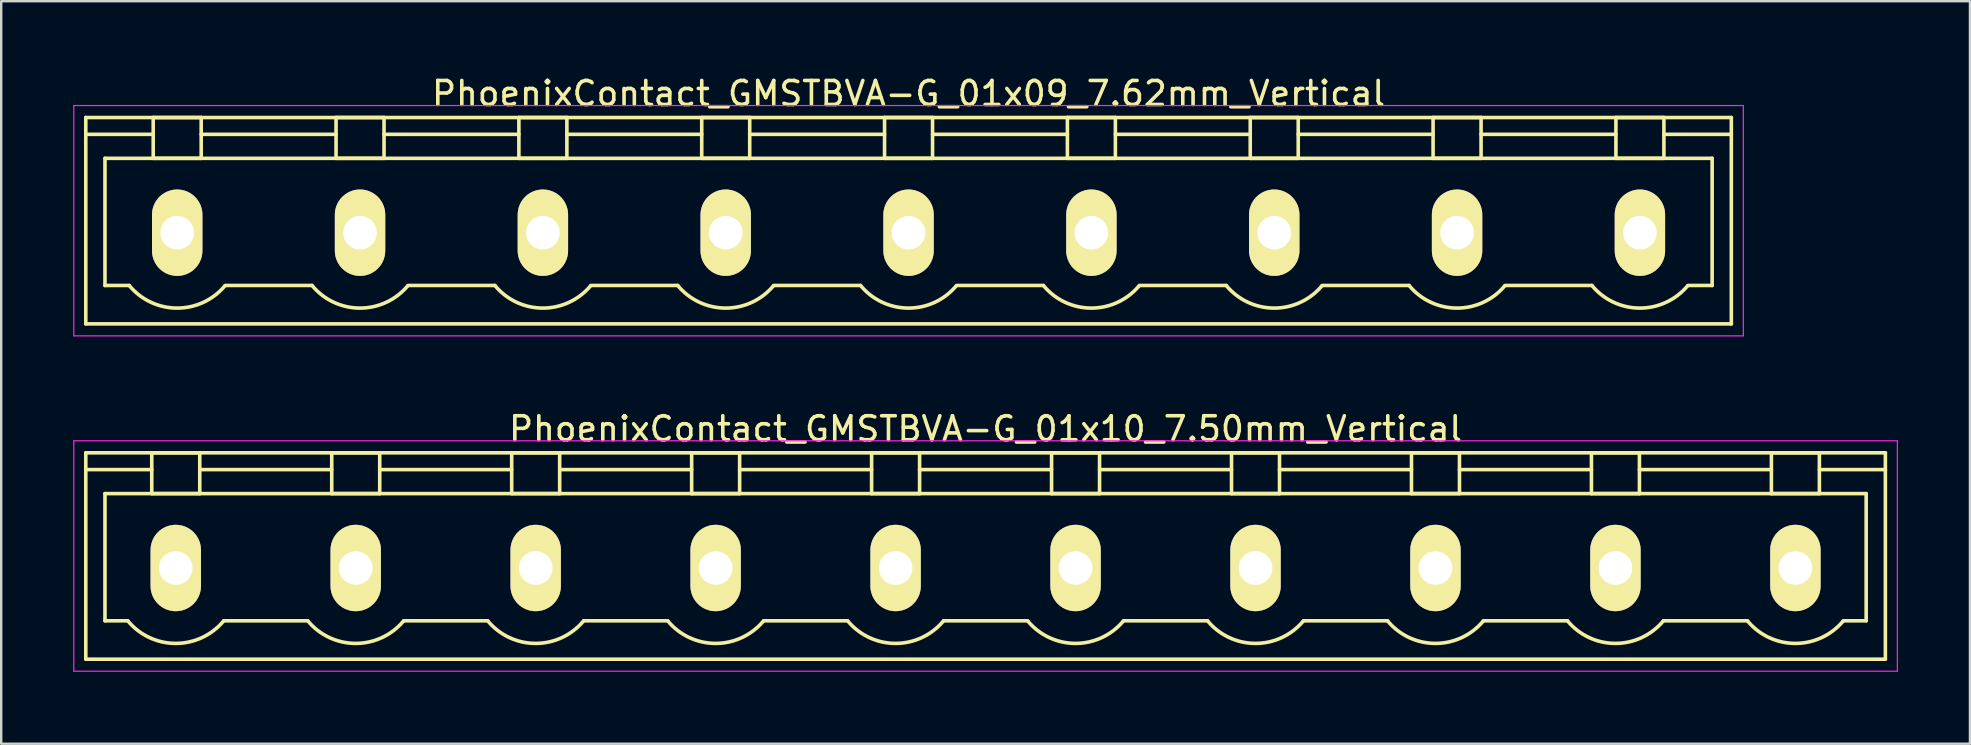
<source format=kicad_pcb>
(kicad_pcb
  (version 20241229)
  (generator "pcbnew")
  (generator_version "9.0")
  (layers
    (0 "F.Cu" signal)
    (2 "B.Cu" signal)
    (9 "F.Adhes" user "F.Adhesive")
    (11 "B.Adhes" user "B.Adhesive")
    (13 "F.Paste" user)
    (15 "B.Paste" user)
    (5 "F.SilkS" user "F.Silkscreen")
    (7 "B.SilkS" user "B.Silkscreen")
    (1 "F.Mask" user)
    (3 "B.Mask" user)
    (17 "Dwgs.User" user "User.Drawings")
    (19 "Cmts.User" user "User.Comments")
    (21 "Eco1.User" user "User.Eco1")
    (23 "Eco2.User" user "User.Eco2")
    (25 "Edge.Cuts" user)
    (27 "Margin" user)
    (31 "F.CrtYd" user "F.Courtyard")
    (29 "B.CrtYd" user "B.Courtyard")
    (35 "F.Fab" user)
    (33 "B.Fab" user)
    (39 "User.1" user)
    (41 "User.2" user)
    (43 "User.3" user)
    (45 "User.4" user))
  (footprint "PhoenixContact_GMSTBVA-G_01x09_7.62mm_Vertical"
    (layer "F.Cu")
    (at 4.335 6.648)
    (property "Reference" "PhoenixContact_GMSTBVA-G_01x09_7.62mm_Vertical" (at 30.48 -5.8 0) (layer "F.SilkS") (effects (font (size 1 1) (thickness 0.15))))
    (attr through_hole)
    (fp_line (start -3.81 -4.8) (end -3.81 3.8) (stroke (width 0.15) (type solid)) (layer "F.SilkS"))
    (fp_line (start -3.81 -4.1) (end -1 -4.1) (stroke (width 0.15) (type solid)) (layer "F.SilkS"))
    (fp_line (start -3.81 3.8) (end 64.77 3.8) (stroke (width 0.15) (type solid)) (layer "F.SilkS"))
    (fp_line (start -3.01 -3.1) (end 63.97 -3.1) (stroke (width 0.15) (type solid)) (layer "F.SilkS"))
    (fp_line (start -3.01 2.2) (end -3.01 -3.1) (stroke (width 0.15) (type solid)) (layer "F.SilkS"))
    (fp_line (start -2 2.2) (end -3.01 2.2) (stroke (width 0.15) (type solid)) (layer "F.SilkS"))
    (fp_line (start -1 -4.8) (end 1 -4.8) (stroke (width 0.15) (type solid)) (layer "F.SilkS"))
    (fp_line (start -1 -3.1) (end -1 -4.8) (stroke (width 0.15) (type solid)) (layer "F.SilkS"))
    (fp_line (start 1 -4.8) (end 1 -3.1) (stroke (width 0.15) (type solid)) (layer "F.SilkS"))
    (fp_line (start 1 -4.1) (end 6.62 -4.1) (stroke (width 0.15) (type solid)) (layer "F.SilkS"))
    (fp_line (start 1 -3.1) (end -1 -3.1) (stroke (width 0.15) (type solid)) (layer "F.SilkS"))
    (fp_line (start 2 2.2) (end 5.62 2.2) (stroke (width 0.15) (type solid)) (layer "F.SilkS"))
    (fp_line (start 6.62 -4.8) (end 8.62 -4.8) (stroke (width 0.15) (type solid)) (layer "F.SilkS"))
    (fp_line (start 6.62 -3.1) (end 6.62 -4.8) (stroke (width 0.15) (type solid)) (layer "F.SilkS"))
    (fp_line (start 8.62 -4.8) (end 8.62 -3.1) (stroke (width 0.15) (type solid)) (layer "F.SilkS"))
    (fp_line (start 8.62 -4.1) (end 14.24 -4.1) (stroke (width 0.15) (type solid)) (layer "F.SilkS"))
    (fp_line (start 8.62 -3.1) (end 6.62 -3.1) (stroke (width 0.15) (type solid)) (layer "F.SilkS"))
    (fp_line (start 9.62 2.2) (end 13.24 2.2) (stroke (width 0.15) (type solid)) (layer "F.SilkS"))
    (fp_line (start 14.24 -4.8) (end 16.24 -4.8) (stroke (width 0.15) (type solid)) (layer "F.SilkS"))
    (fp_line (start 14.24 -3.1) (end 14.24 -4.8) (stroke (width 0.15) (type solid)) (layer "F.SilkS"))
    (fp_line (start 16.24 -4.8) (end 16.24 -3.1) (stroke (width 0.15) (type solid)) (layer "F.SilkS"))
    (fp_line (start 16.24 -4.1) (end 21.86 -4.1) (stroke (width 0.15) (type solid)) (layer "F.SilkS"))
    (fp_line (start 16.24 -3.1) (end 14.24 -3.1) (stroke (width 0.15) (type solid)) (layer "F.SilkS"))
    (fp_line (start 17.24 2.2) (end 20.86 2.2) (stroke (width 0.15) (type solid)) (layer "F.SilkS"))
    (fp_line (start 21.86 -4.8) (end 23.86 -4.8) (stroke (width 0.15) (type solid)) (layer "F.SilkS"))
    (fp_line (start 21.86 -3.1) (end 21.86 -4.8) (stroke (width 0.15) (type solid)) (layer "F.SilkS"))
    (fp_line (start 23.86 -4.8) (end 23.86 -3.1) (stroke (width 0.15) (type solid)) (layer "F.SilkS"))
    (fp_line (start 23.86 -4.1) (end 29.48 -4.1) (stroke (width 0.15) (type solid)) (layer "F.SilkS"))
    (fp_line (start 23.86 -3.1) (end 21.86 -3.1) (stroke (width 0.15) (type solid)) (layer "F.SilkS"))
    (fp_line (start 24.86 2.2) (end 28.48 2.2) (stroke (width 0.15) (type solid)) (layer "F.SilkS"))
    (fp_line (start 29.48 -4.8) (end 31.48 -4.8) (stroke (width 0.15) (type solid)) (layer "F.SilkS"))
    (fp_line (start 29.48 -3.1) (end 29.48 -4.8) (stroke (width 0.15) (type solid)) (layer "F.SilkS"))
    (fp_line (start 31.48 -4.8) (end 31.48 -3.1) (stroke (width 0.15) (type solid)) (layer "F.SilkS"))
    (fp_line (start 31.48 -4.1) (end 37.1 -4.1) (stroke (width 0.15) (type solid)) (layer "F.SilkS"))
    (fp_line (start 31.48 -3.1) (end 29.48 -3.1) (stroke (width 0.15) (type solid)) (layer "F.SilkS"))
    (fp_line (start 32.48 2.2) (end 36.1 2.2) (stroke (width 0.15) (type solid)) (layer "F.SilkS"))
    (fp_line (start 37.1 -4.8) (end 39.1 -4.8) (stroke (width 0.15) (type solid)) (layer "F.SilkS"))
    (fp_line (start 37.1 -3.1) (end 37.1 -4.8) (stroke (width 0.15) (type solid)) (layer "F.SilkS"))
    (fp_line (start 39.1 -4.8) (end 39.1 -3.1) (stroke (width 0.15) (type solid)) (layer "F.SilkS"))
    (fp_line (start 39.1 -4.1) (end 44.72 -4.1) (stroke (width 0.15) (type solid)) (layer "F.SilkS"))
    (fp_line (start 39.1 -3.1) (end 37.1 -3.1) (stroke (width 0.15) (type solid)) (layer "F.SilkS"))
    (fp_line (start 40.1 2.2) (end 43.72 2.2) (stroke (width 0.15) (type solid)) (layer "F.SilkS"))
    (fp_line (start 44.72 -4.8) (end 46.72 -4.8) (stroke (width 0.15) (type solid)) (layer "F.SilkS"))
    (fp_line (start 44.72 -3.1) (end 44.72 -4.8) (stroke (width 0.15) (type solid)) (layer "F.SilkS"))
    (fp_line (start 46.72 -4.8) (end 46.72 -3.1) (stroke (width 0.15) (type solid)) (layer "F.SilkS"))
    (fp_line (start 46.72 -4.1) (end 52.34 -4.1) (stroke (width 0.15) (type solid)) (layer "F.SilkS"))
    (fp_line (start 46.72 -3.1) (end 44.72 -3.1) (stroke (width 0.15) (type solid)) (layer "F.SilkS"))
    (fp_line (start 47.72 2.2) (end 51.34 2.2) (stroke (width 0.15) (type solid)) (layer "F.SilkS"))
    (fp_line (start 52.34 -4.8) (end 54.34 -4.8) (stroke (width 0.15) (type solid)) (layer "F.SilkS"))
    (fp_line (start 52.34 -3.1) (end 52.34 -4.8) (stroke (width 0.15) (type solid)) (layer "F.SilkS"))
    (fp_line (start 54.34 -4.8) (end 54.34 -3.1) (stroke (width 0.15) (type solid)) (layer "F.SilkS"))
    (fp_line (start 54.34 -4.1) (end 59.96 -4.1) (stroke (width 0.15) (type solid)) (layer "F.SilkS"))
    (fp_line (start 54.34 -3.1) (end 52.34 -3.1) (stroke (width 0.15) (type solid)) (layer "F.SilkS"))
    (fp_line (start 55.34 2.2) (end 58.96 2.2) (stroke (width 0.15) (type solid)) (layer "F.SilkS"))
    (fp_line (start 59.96 -4.8) (end 61.96 -4.8) (stroke (width 0.15) (type solid)) (layer "F.SilkS"))
    (fp_line (start 59.96 -3.1) (end 59.96 -4.8) (stroke (width 0.15) (type solid)) (layer "F.SilkS"))
    (fp_line (start 61.96 -4.8) (end 61.96 -3.1) (stroke (width 0.15) (type solid)) (layer "F.SilkS"))
    (fp_line (start 61.96 -3.1) (end 59.96 -3.1) (stroke (width 0.15) (type solid)) (layer "F.SilkS"))
    (fp_line (start 63.97 -3.1) (end 63.97 2.2) (stroke (width 0.15) (type solid)) (layer "F.SilkS"))
    (fp_line (start 63.97 2.2) (end 62.96 2.2) (stroke (width 0.15) (type solid)) (layer "F.SilkS"))
    (fp_line (start 64.77 -4.8) (end -3.81 -4.8) (stroke (width 0.15) (type solid)) (layer "F.SilkS"))
    (fp_line (start 64.77 -4.1) (end 61.96 -4.1) (stroke (width 0.15) (type solid)) (layer "F.SilkS"))
    (fp_line (start 64.77 3.8) (end 64.77 -4.8) (stroke (width 0.15) (type solid)) (layer "F.SilkS"))
    (fp_arc (start 1.986842 2.215821) (mid -0.010289 3.142758) (end -2 2.2) (stroke (width 0.15) (type solid)) (layer "F.SilkS"))
    (fp_arc (start 9.606842 2.215821) (mid 7.609711 3.142758) (end 5.62 2.2) (stroke (width 0.15) (type solid)) (layer "F.SilkS"))
    (fp_arc (start 17.226842 2.215821) (mid 15.229711 3.142758) (end 13.24 2.2) (stroke (width 0.15) (type solid)) (layer "F.SilkS"))
    (fp_arc (start 24.846842 2.215821) (mid 22.849711 3.142758) (end 20.86 2.2) (stroke (width 0.15) (type solid)) (layer "F.SilkS"))
    (fp_arc (start 32.466842 2.215821) (mid 30.469711 3.142758) (end 28.48 2.2) (stroke (width 0.15) (type solid)) (layer "F.SilkS"))
    (fp_arc (start 40.086842 2.215821) (mid 38.089711 3.142758) (end 36.1 2.2) (stroke (width 0.15) (type solid)) (layer "F.SilkS"))
    (fp_arc (start 47.706842 2.215821) (mid 45.709711 3.142758) (end 43.72 2.2) (stroke (width 0.15) (type solid)) (layer "F.SilkS"))
    (fp_arc (start 55.326842 2.215821) (mid 53.329711 3.142758) (end 51.34 2.2) (stroke (width 0.15) (type solid)) (layer "F.SilkS"))
    (fp_arc (start 62.946842 2.215821) (mid 60.949711 3.142758) (end 58.96 2.2) (stroke (width 0.15) (type solid)) (layer "F.SilkS"))
    (fp_line (start -4.31 -5.3) (end -4.31 4.3) (stroke (width 0.05) (type solid)) (layer "F.CrtYd"))
    (fp_line (start -4.31 4.3) (end 65.27 4.3) (stroke (width 0.05) (type solid)) (layer "F.CrtYd"))
    (fp_line (start 65.27 -5.3) (end -4.31 -5.3) (stroke (width 0.05) (type solid)) (layer "F.CrtYd"))
    (fp_line (start 65.27 4.3) (end 65.27 -5.3) (stroke (width 0.05) (type solid)) (layer "F.CrtYd"))
    (pad "1" thru_hole oval (at 0 0) (size 2.1 3.6) (drill 1.4) (layers "*.Cu" "*.Mask" "F.SilkS"))
    (pad "2" thru_hole oval (at 7.62 0) (size 2.1 3.6) (drill 1.4) (layers "*.Cu" "*.Mask" "F.SilkS"))
    (pad "3" thru_hole oval (at 15.24 0) (size 2.1 3.6) (drill 1.4) (layers "*.Cu" "*.Mask" "F.SilkS"))
    (pad "4" thru_hole oval (at 22.86 0) (size 2.1 3.6) (drill 1.4) (layers "*.Cu" "*.Mask" "F.SilkS"))
    (pad "5" thru_hole oval (at 30.48 0) (size 2.1 3.6) (drill 1.4) (layers "*.Cu" "*.Mask" "F.SilkS"))
    (pad "6" thru_hole oval (at 38.1 0) (size 2.1 3.6) (drill 1.4) (layers "*.Cu" "*.Mask" "F.SilkS"))
    (pad "7" thru_hole oval (at 45.72 0) (size 2.1 3.6) (drill 1.4) (layers "*.Cu" "*.Mask" "F.SilkS"))
    (pad "8" thru_hole oval (at 53.34 0) (size 2.1 3.6) (drill 1.4) (layers "*.Cu" "*.Mask" "F.SilkS"))
    (pad "9" thru_hole oval (at 60.96 0) (size 2.1 3.6) (drill 1.4) (layers "*.Cu" "*.Mask" "F.SilkS")))
  (footprint "PhoenixContact_GMSTBVA-G_01x10_7.50mm_Vertical"
    (layer "F.Cu")
    (at 4.275 20.622)
    (property "Reference" "PhoenixContact_GMSTBVA-G_01x10_7.50mm_Vertical" (at 33.75 -5.8 0) (layer "F.SilkS") (effects (font (size 1 1) (thickness 0.15))))
    (attr through_hole)
    (fp_line (start -3.75 -4.8) (end -3.75 3.8) (stroke (width 0.15) (type solid)) (layer "F.SilkS"))
    (fp_line (start -3.75 -4.1) (end -1 -4.1) (stroke (width 0.15) (type solid)) (layer "F.SilkS"))
    (fp_line (start -3.75 3.8) (end 71.25 3.8) (stroke (width 0.15) (type solid)) (layer "F.SilkS"))
    (fp_line (start -2.95 -3.1) (end 70.45 -3.1) (stroke (width 0.15) (type solid)) (layer "F.SilkS"))
    (fp_line (start -2.95 2.2) (end -2.95 -3.1) (stroke (width 0.15) (type solid)) (layer "F.SilkS"))
    (fp_line (start -2 2.2) (end -2.95 2.2) (stroke (width 0.15) (type solid)) (layer "F.SilkS"))
    (fp_line (start -1 -4.8) (end 1 -4.8) (stroke (width 0.15) (type solid)) (layer "F.SilkS"))
    (fp_line (start -1 -3.1) (end -1 -4.8) (stroke (width 0.15) (type solid)) (layer "F.SilkS"))
    (fp_line (start 1 -4.8) (end 1 -3.1) (stroke (width 0.15) (type solid)) (layer "F.SilkS"))
    (fp_line (start 1 -4.1) (end 6.5 -4.1) (stroke (width 0.15) (type solid)) (layer "F.SilkS"))
    (fp_line (start 1 -3.1) (end -1 -3.1) (stroke (width 0.15) (type solid)) (layer "F.SilkS"))
    (fp_line (start 2 2.2) (end 5.5 2.2) (stroke (width 0.15) (type solid)) (layer "F.SilkS"))
    (fp_line (start 6.5 -4.8) (end 8.5 -4.8) (stroke (width 0.15) (type solid)) (layer "F.SilkS"))
    (fp_line (start 6.5 -3.1) (end 6.5 -4.8) (stroke (width 0.15) (type solid)) (layer "F.SilkS"))
    (fp_line (start 8.5 -4.8) (end 8.5 -3.1) (stroke (width 0.15) (type solid)) (layer "F.SilkS"))
    (fp_line (start 8.5 -4.1) (end 14 -4.1) (stroke (width 0.15) (type solid)) (layer "F.SilkS"))
    (fp_line (start 8.5 -3.1) (end 6.5 -3.1) (stroke (width 0.15) (type solid)) (layer "F.SilkS"))
    (fp_line (start 9.5 2.2) (end 13 2.2) (stroke (width 0.15) (type solid)) (layer "F.SilkS"))
    (fp_line (start 14 -4.8) (end 16 -4.8) (stroke (width 0.15) (type solid)) (layer "F.SilkS"))
    (fp_line (start 14 -3.1) (end 14 -4.8) (stroke (width 0.15) (type solid)) (layer "F.SilkS"))
    (fp_line (start 16 -4.8) (end 16 -3.1) (stroke (width 0.15) (type solid)) (layer "F.SilkS"))
    (fp_line (start 16 -4.1) (end 21.5 -4.1) (stroke (width 0.15) (type solid)) (layer "F.SilkS"))
    (fp_line (start 16 -3.1) (end 14 -3.1) (stroke (width 0.15) (type solid)) (layer "F.SilkS"))
    (fp_line (start 17 2.2) (end 20.5 2.2) (stroke (width 0.15) (type solid)) (layer "F.SilkS"))
    (fp_line (start 21.5 -4.8) (end 23.5 -4.8) (stroke (width 0.15) (type solid)) (layer "F.SilkS"))
    (fp_line (start 21.5 -3.1) (end 21.5 -4.8) (stroke (width 0.15) (type solid)) (layer "F.SilkS"))
    (fp_line (start 23.5 -4.8) (end 23.5 -3.1) (stroke (width 0.15) (type solid)) (layer "F.SilkS"))
    (fp_line (start 23.5 -4.1) (end 29 -4.1) (stroke (width 0.15) (type solid)) (layer "F.SilkS"))
    (fp_line (start 23.5 -3.1) (end 21.5 -3.1) (stroke (width 0.15) (type solid)) (layer "F.SilkS"))
    (fp_line (start 24.5 2.2) (end 28 2.2) (stroke (width 0.15) (type solid)) (layer "F.SilkS"))
    (fp_line (start 29 -4.8) (end 31 -4.8) (stroke (width 0.15) (type solid)) (layer "F.SilkS"))
    (fp_line (start 29 -3.1) (end 29 -4.8) (stroke (width 0.15) (type solid)) (layer "F.SilkS"))
    (fp_line (start 31 -4.8) (end 31 -3.1) (stroke (width 0.15) (type solid)) (layer "F.SilkS"))
    (fp_line (start 31 -4.1) (end 36.5 -4.1) (stroke (width 0.15) (type solid)) (layer "F.SilkS"))
    (fp_line (start 31 -3.1) (end 29 -3.1) (stroke (width 0.15) (type solid)) (layer "F.SilkS"))
    (fp_line (start 32 2.2) (end 35.5 2.2) (stroke (width 0.15) (type solid)) (layer "F.SilkS"))
    (fp_line (start 36.5 -4.8) (end 38.5 -4.8) (stroke (width 0.15) (type solid)) (layer "F.SilkS"))
    (fp_line (start 36.5 -3.1) (end 36.5 -4.8) (stroke (width 0.15) (type solid)) (layer "F.SilkS"))
    (fp_line (start 38.5 -4.8) (end 38.5 -3.1) (stroke (width 0.15) (type solid)) (layer "F.SilkS"))
    (fp_line (start 38.5 -4.1) (end 44 -4.1) (stroke (width 0.15) (type solid)) (layer "F.SilkS"))
    (fp_line (start 38.5 -3.1) (end 36.5 -3.1) (stroke (width 0.15) (type solid)) (layer "F.SilkS"))
    (fp_line (start 39.5 2.2) (end 43 2.2) (stroke (width 0.15) (type solid)) (layer "F.SilkS"))
    (fp_line (start 44 -4.8) (end 46 -4.8) (stroke (width 0.15) (type solid)) (layer "F.SilkS"))
    (fp_line (start 44 -3.1) (end 44 -4.8) (stroke (width 0.15) (type solid)) (layer "F.SilkS"))
    (fp_line (start 46 -4.8) (end 46 -3.1) (stroke (width 0.15) (type solid)) (layer "F.SilkS"))
    (fp_line (start 46 -4.1) (end 51.5 -4.1) (stroke (width 0.15) (type solid)) (layer "F.SilkS"))
    (fp_line (start 46 -3.1) (end 44 -3.1) (stroke (width 0.15) (type solid)) (layer "F.SilkS"))
    (fp_line (start 47 2.2) (end 50.5 2.2) (stroke (width 0.15) (type solid)) (layer "F.SilkS"))
    (fp_line (start 51.5 -4.8) (end 53.5 -4.8) (stroke (width 0.15) (type solid)) (layer "F.SilkS"))
    (fp_line (start 51.5 -3.1) (end 51.5 -4.8) (stroke (width 0.15) (type solid)) (layer "F.SilkS"))
    (fp_line (start 53.5 -4.8) (end 53.5 -3.1) (stroke (width 0.15) (type solid)) (layer "F.SilkS"))
    (fp_line (start 53.5 -4.1) (end 59 -4.1) (stroke (width 0.15) (type solid)) (layer "F.SilkS"))
    (fp_line (start 53.5 -3.1) (end 51.5 -3.1) (stroke (width 0.15) (type solid)) (layer "F.SilkS"))
    (fp_line (start 54.5 2.2) (end 58 2.2) (stroke (width 0.15) (type solid)) (layer "F.SilkS"))
    (fp_line (start 59 -4.8) (end 61 -4.8) (stroke (width 0.15) (type solid)) (layer "F.SilkS"))
    (fp_line (start 59 -3.1) (end 59 -4.8) (stroke (width 0.15) (type solid)) (layer "F.SilkS"))
    (fp_line (start 61 -4.8) (end 61 -3.1) (stroke (width 0.15) (type solid)) (layer "F.SilkS"))
    (fp_line (start 61 -4.1) (end 66.5 -4.1) (stroke (width 0.15) (type solid)) (layer "F.SilkS"))
    (fp_line (start 61 -3.1) (end 59 -3.1) (stroke (width 0.15) (type solid)) (layer "F.SilkS"))
    (fp_line (start 62 2.2) (end 65.5 2.2) (stroke (width 0.15) (type solid)) (layer "F.SilkS"))
    (fp_line (start 66.5 -4.8) (end 68.5 -4.8) (stroke (width 0.15) (type solid)) (layer "F.SilkS"))
    (fp_line (start 66.5 -3.1) (end 66.5 -4.8) (stroke (width 0.15) (type solid)) (layer "F.SilkS"))
    (fp_line (start 68.5 -4.8) (end 68.5 -3.1) (stroke (width 0.15) (type solid)) (layer "F.SilkS"))
    (fp_line (start 68.5 -3.1) (end 66.5 -3.1) (stroke (width 0.15) (type solid)) (layer "F.SilkS"))
    (fp_line (start 70.45 -3.1) (end 70.45 2.2) (stroke (width 0.15) (type solid)) (layer "F.SilkS"))
    (fp_line (start 70.45 2.2) (end 69.5 2.2) (stroke (width 0.15) (type solid)) (layer "F.SilkS"))
    (fp_line (start 71.25 -4.8) (end -3.75 -4.8) (stroke (width 0.15) (type solid)) (layer "F.SilkS"))
    (fp_line (start 71.25 -4.1) (end 68.5 -4.1) (stroke (width 0.15) (type solid)) (layer "F.SilkS"))
    (fp_line (start 71.25 3.8) (end 71.25 -4.8) (stroke (width 0.15) (type solid)) (layer "F.SilkS"))
    (fp_arc (start 1.986842 2.215821) (mid -0.010289 3.142758) (end -2 2.2) (stroke (width 0.15) (type solid)) (layer "F.SilkS"))
    (fp_arc (start 9.486842 2.215821) (mid 7.489711 3.142758) (end 5.5 2.2) (stroke (width 0.15) (type solid)) (layer "F.SilkS"))
    (fp_arc (start 16.986842 2.215821) (mid 14.989711 3.142758) (end 13 2.2) (stroke (width 0.15) (type solid)) (layer "F.SilkS"))
    (fp_arc (start 24.486842 2.215821) (mid 22.489711 3.142758) (end 20.5 2.2) (stroke (width 0.15) (type solid)) (layer "F.SilkS"))
    (fp_arc (start 31.986842 2.215821) (mid 29.989711 3.142758) (end 28 2.2) (stroke (width 0.15) (type solid)) (layer "F.SilkS"))
    (fp_arc (start 39.486842 2.215821) (mid 37.489711 3.142758) (end 35.5 2.2) (stroke (width 0.15) (type solid)) (layer "F.SilkS"))
    (fp_arc (start 46.986842 2.215821) (mid 44.989711 3.142758) (end 43 2.2) (stroke (width 0.15) (type solid)) (layer "F.SilkS"))
    (fp_arc (start 54.486842 2.215821) (mid 52.489711 3.142758) (end 50.5 2.2) (stroke (width 0.15) (type solid)) (layer "F.SilkS"))
    (fp_arc (start 61.986842 2.215821) (mid 59.989711 3.142758) (end 58 2.2) (stroke (width 0.15) (type solid)) (layer "F.SilkS"))
    (fp_arc (start 69.486842 2.215821) (mid 67.489711 3.142758) (end 65.5 2.2) (stroke (width 0.15) (type solid)) (layer "F.SilkS"))
    (fp_line (start -4.25 -5.3) (end -4.25 4.3) (stroke (width 0.05) (type solid)) (layer "F.CrtYd"))
    (fp_line (start -4.25 4.3) (end 71.75 4.3) (stroke (width 0.05) (type solid)) (layer "F.CrtYd"))
    (fp_line (start 71.75 -5.3) (end -4.25 -5.3) (stroke (width 0.05) (type solid)) (layer "F.CrtYd"))
    (fp_line (start 71.75 4.3) (end 71.75 -5.3) (stroke (width 0.05) (type solid)) (layer "F.CrtYd"))
    (pad "1" thru_hole oval (at 0 0) (size 2.1 3.6) (drill 1.4) (layers "*.Cu" "*.Mask" "F.SilkS"))
    (pad "2" thru_hole oval (at 7.5 0) (size 2.1 3.6) (drill 1.4) (layers "*.Cu" "*.Mask" "F.SilkS"))
    (pad "3" thru_hole oval (at 15 0) (size 2.1 3.6) (drill 1.4) (layers "*.Cu" "*.Mask" "F.SilkS"))
    (pad "4" thru_hole oval (at 22.5 0) (size 2.1 3.6) (drill 1.4) (layers "*.Cu" "*.Mask" "F.SilkS"))
    (pad "5" thru_hole oval (at 30 0) (size 2.1 3.6) (drill 1.4) (layers "*.Cu" "*.Mask" "F.SilkS"))
    (pad "6" thru_hole oval (at 37.5 0) (size 2.1 3.6) (drill 1.4) (layers "*.Cu" "*.Mask" "F.SilkS"))
    (pad "7" thru_hole oval (at 45 0) (size 2.1 3.6) (drill 1.4) (layers "*.Cu" "*.Mask" "F.SilkS"))
    (pad "8" thru_hole oval (at 52.5 0) (size 2.1 3.6) (drill 1.4) (layers "*.Cu" "*.Mask" "F.SilkS"))
    (pad "9" thru_hole oval (at 60 0) (size 2.1 3.6) (drill 1.4) (layers "*.Cu" "*.Mask" "F.SilkS"))
    (pad "10" thru_hole oval (at 67.5 0) (size 2.1 3.6) (drill 1.4) (layers "*.Cu" "*.Mask" "F.SilkS")))
  (gr_rect
    (start -3 -3)
    (end 79.05 27.947)
    (stroke (width 0.1) (type default))
    (fill no)
    (layer "Edge.Cuts")))
</source>
